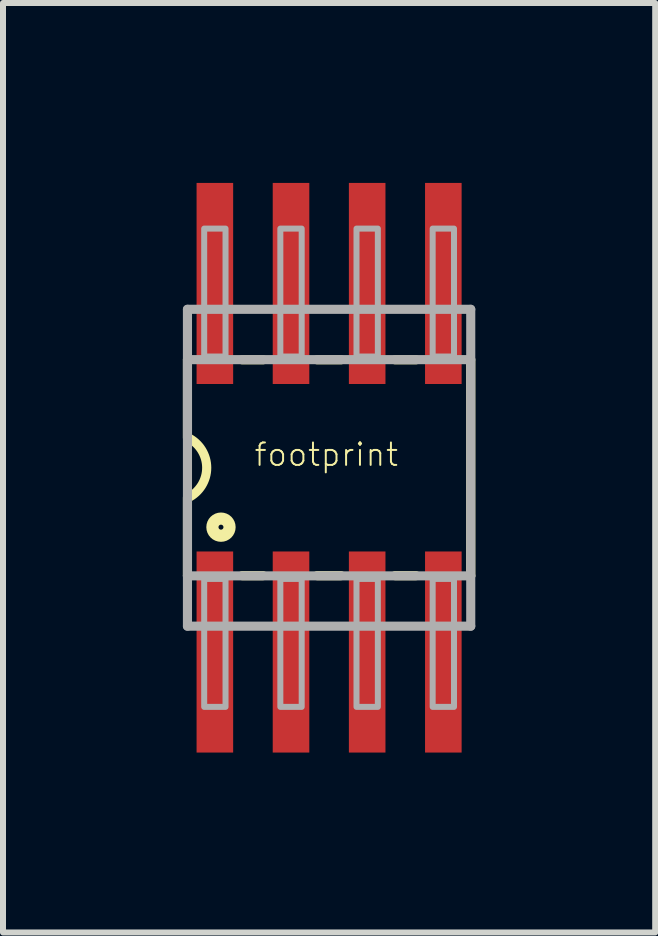
<source format=kicad_pcb>
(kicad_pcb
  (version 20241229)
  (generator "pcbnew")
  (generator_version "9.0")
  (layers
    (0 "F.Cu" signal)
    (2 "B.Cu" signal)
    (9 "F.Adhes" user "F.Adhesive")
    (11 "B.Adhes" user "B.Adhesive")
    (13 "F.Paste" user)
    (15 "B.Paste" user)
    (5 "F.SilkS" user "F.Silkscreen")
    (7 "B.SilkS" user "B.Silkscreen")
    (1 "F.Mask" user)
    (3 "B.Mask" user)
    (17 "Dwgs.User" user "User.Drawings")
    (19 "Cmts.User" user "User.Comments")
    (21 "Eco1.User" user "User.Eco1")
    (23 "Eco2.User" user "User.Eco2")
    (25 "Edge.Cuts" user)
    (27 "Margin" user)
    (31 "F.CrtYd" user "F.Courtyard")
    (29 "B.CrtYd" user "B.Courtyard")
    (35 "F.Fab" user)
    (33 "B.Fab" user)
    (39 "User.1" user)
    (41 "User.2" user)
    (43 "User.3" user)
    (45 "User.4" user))
  (footprint "footprint"
    (layer "F.Cu")
    (at 2.438 4.75)
    (property "Reference" "footprint" (at -1.27 0 0) (layer "F.SilkS") (effects (font (size 0.374 0.374) (thickness 0.033)) (justify left bottom)))
    (fp_line (start -2.362 -1.803) (end -2.362 -0.497) (stroke (width 0.152) (type solid)) (layer "F.SilkS"))
    (fp_line (start -2.362 0.497) (end -2.362 1.803) (stroke (width 0.152) (type solid)) (layer "F.SilkS"))
    (fp_line (start -1.45 -1.8) (end -1.1 -1.8) (stroke (width 0.152) (type solid)) (layer "F.SilkS"))
    (fp_line (start -1.45 1.8) (end -1.1 1.8) (stroke (width 0.152) (type solid)) (layer "F.SilkS"))
    (fp_line (start -0.2 -1.8) (end 0.2 -1.8) (stroke (width 0.152) (type solid)) (layer "F.SilkS"))
    (fp_line (start -0.2 1.8) (end 0.2 1.8) (stroke (width 0.152) (type solid)) (layer "F.SilkS"))
    (fp_line (start 1.1 -1.8) (end 1.45 -1.8) (stroke (width 0.152) (type solid)) (layer "F.SilkS"))
    (fp_line (start 1.1 1.8) (end 1.45 1.8) (stroke (width 0.152) (type solid)) (layer "F.SilkS"))
    (fp_line (start 2.362 1.803) (end 2.362 -1.803) (stroke (width 0.152) (type solid)) (layer "F.SilkS"))
    (fp_arc (start -2.35 -0.5) (mid -2.040982 -0.000001) (end -2.349998 0.499999) (stroke (width 0.1524) (type solid)) (layer "F.SilkS"))
    (fp_circle (center -1.803 0.991) (end -1.66 0.991) (stroke (width 0.203) (type solid)) (fill no) (layer "F.SilkS"))
    (fp_line (start -2.362 -2.642) (end -2.362 1.803) (stroke (width 0.152) (type solid)) (layer "F.Fab"))
    (fp_line (start -2.362 1.803) (end -2.362 2.642) (stroke (width 0.152) (type solid)) (layer "F.Fab"))
    (fp_line (start -2.362 1.803) (end 2.362 1.803) (stroke (width 0.152) (type solid)) (layer "F.Fab"))
    (fp_line (start 2.362 -2.642) (end -2.362 -2.642) (stroke (width 0.152) (type solid)) (layer "F.Fab"))
    (fp_line (start 2.362 -2.642) (end 2.362 1.803) (stroke (width 0.152) (type solid)) (layer "F.Fab"))
    (fp_line (start 2.362 -1.803) (end -2.362 -1.803) (stroke (width 0.152) (type solid)) (layer "F.Fab"))
    (fp_line (start 2.362 1.803) (end 2.362 2.642) (stroke (width 0.152) (type solid)) (layer "F.Fab"))
    (fp_line (start 2.362 2.642) (end -2.362 2.642) (stroke (width 0.152) (type solid)) (layer "F.Fab"))
    (fp_poly (pts (xy -2.083 -1.854) (xy -1.727 -1.854) (xy -1.727 -3.988) (xy -2.083 -3.988)) (stroke (width 0.1) (type solid)) (fill no) (layer "F.Fab"))
    (fp_poly (pts (xy -2.083 3.988) (xy -1.727 3.988) (xy -1.727 1.854) (xy -2.083 1.854)) (stroke (width 0.1) (type solid)) (fill no) (layer "F.Fab"))
    (fp_poly (pts (xy -0.813 -1.854) (xy -0.457 -1.854) (xy -0.457 -3.988) (xy -0.813 -3.988)) (stroke (width 0.1) (type solid)) (fill no) (layer "F.Fab"))
    (fp_poly (pts (xy -0.813 3.988) (xy -0.457 3.988) (xy -0.457 1.854) (xy -0.813 1.854)) (stroke (width 0.1) (type solid)) (fill no) (layer "F.Fab"))
    (fp_poly (pts (xy 0.457 -1.854) (xy 0.813 -1.854) (xy 0.813 -3.988) (xy 0.457 -3.988)) (stroke (width 0.1) (type solid)) (fill no) (layer "F.Fab"))
    (fp_poly (pts (xy 0.457 3.988) (xy 0.813 3.988) (xy 0.813 1.854) (xy 0.457 1.854)) (stroke (width 0.1) (type solid)) (fill no) (layer "F.Fab"))
    (fp_poly (pts (xy 1.727 -1.854) (xy 2.083 -1.854) (xy 2.083 -3.988) (xy 1.727 -3.988)) (stroke (width 0.1) (type solid)) (fill no) (layer "F.Fab"))
    (fp_poly (pts (xy 1.727 3.988) (xy 2.083 3.988) (xy 2.083 1.854) (xy 1.727 1.854)) (stroke (width 0.1) (type solid)) (fill no) (layer "F.Fab"))
    (pad "1" smd rect (at -1.905 3.073) (size 0.61 3.353) (layers "F.Cu" "F.Mask" "F.Paste"))
    (pad "2" smd rect (at -0.635 3.073) (size 0.61 3.353) (layers "F.Cu" "F.Mask" "F.Paste"))
    (pad "3" smd rect (at 0.635 3.073) (size 0.61 3.353) (layers "F.Cu" "F.Mask" "F.Paste"))
    (pad "4" smd rect (at 1.905 3.073) (size 0.61 3.353) (layers "F.Cu" "F.Mask" "F.Paste"))
    (pad "5" smd rect (at 1.905 -3.073) (size 0.61 3.353) (layers "F.Cu" "F.Mask" "F.Paste"))
    (pad "6" smd rect (at 0.635 -3.073) (size 0.61 3.353) (layers "F.Cu" "F.Mask" "F.Paste"))
    (pad "7" smd rect (at -0.635 -3.073) (size 0.61 3.353) (layers "F.Cu" "F.Mask" "F.Paste"))
    (pad "8" smd rect (at -1.905 -3.073) (size 0.61 3.353) (layers "F.Cu" "F.Mask" "F.Paste")))
  (gr_rect
    (start -3 -3)
    (end 7.876 12.5)
    (stroke (width 0.1) (type default))
    (fill no)
    (layer "Edge.Cuts")))
</source>
